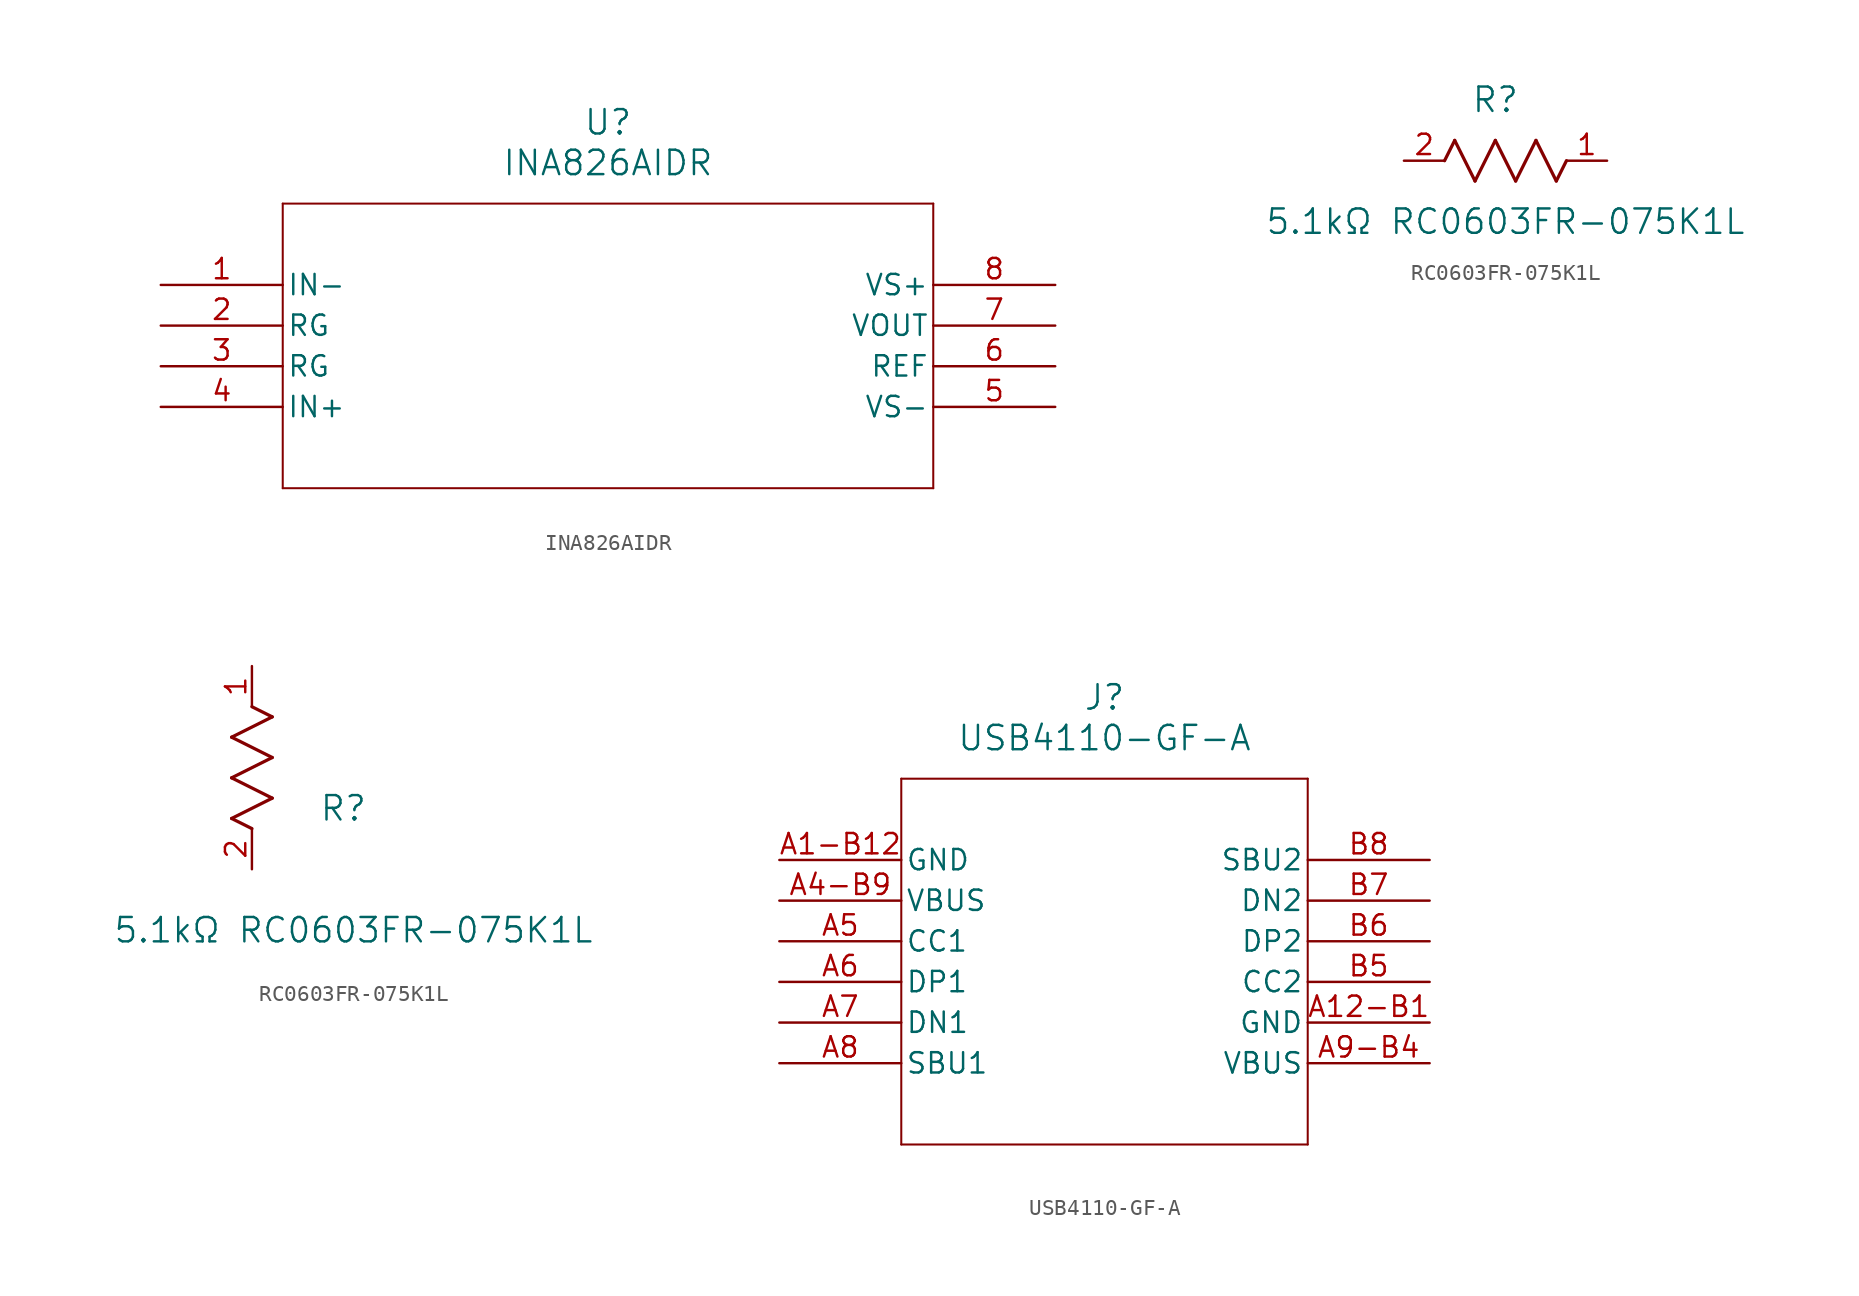
<source format=kicad_sym>
(kicad_symbol_lib
  (version 20231120)
  (generator "kicad_symbol_editor")
  (generator_version "8.0")
  (symbol "INA826AIDR"
    (pin_names
      (offset 0.254))
    (property "Reference" "U"
      (at 27.94 10.16 0)
      (effects (font (size 1.524 1.524))))
    (property "Value" "INA826AIDR"
      (at 27.94 7.62 0)
      (effects (font (size 1.524 1.524))))
    (property "ki_locked" ""
      (at 0 0 0)
      (effects (font (size 1.27 1.27))))
    (symbol "INA826AIDR_1_1"
      (polyline (pts (xy 7.62 -12.7) (xy 48.26 -12.7)) (stroke (width 0.127) (type default)) (fill (type none)))
      (polyline (pts (xy 7.62 5.08) (xy 7.62 -12.7)) (stroke (width 0.127) (type default)) (fill (type none)))
      (polyline (pts (xy 48.26 -12.7) (xy 48.26 5.08)) (stroke (width 0.127) (type default)) (fill (type none)))
      (polyline (pts (xy 48.26 5.08) (xy 7.62 5.08)) (stroke (width 0.127) (type default)) (fill (type none)))
      (pin input line (at 0 0 0) (length 7.62) (name "IN-" (effects (font (size 1.27 1.27)))) (number "1" (effects (font (size 1.27 1.27)))))
      (pin passive line (at 0 -2.54 0) (length 7.62) (name "RG" (effects (font (size 1.27 1.27)))) (number "2" (effects (font (size 1.27 1.27)))))
      (pin passive line (at 0 -5.08 0) (length 7.62) (name "RG" (effects (font (size 1.27 1.27)))) (number "3" (effects (font (size 1.27 1.27)))))
      (pin input line (at 0 -7.62 0) (length 7.62) (name "IN+" (effects (font (size 1.27 1.27)))) (number "4" (effects (font (size 1.27 1.27)))))
      (pin power_in line (at 55.88 -7.62 180) (length 7.62) (name "VS-" (effects (font (size 1.27 1.27)))) (number "5" (effects (font (size 1.27 1.27)))))
      (pin input line (at 55.88 -5.08 180) (length 7.62) (name "REF" (effects (font (size 1.27 1.27)))) (number "6" (effects (font (size 1.27 1.27)))))
      (pin output line (at 55.88 -2.54 180) (length 7.62) (name "VOUT" (effects (font (size 1.27 1.27)))) (number "7" (effects (font (size 1.27 1.27)))))
      (pin power_in line (at 55.88 0 180) (length 7.62) (name "VS+" (effects (font (size 1.27 1.27)))) (number "8" (effects (font (size 1.27 1.27)))))))
  (symbol "RC0603FR-075K1L"
    (pin_names
      (offset 0.254))
    (property "Reference" "R"
      (at 5.715 3.81 0)
      (effects (font (size 1.524 1.524))))
    (property "Value" "5.1kΩ RC0603FR-075K1L"
      (at 6.35 -3.81 0)
      (effects (font (size 1.524 1.524))))
    (property "ki_locked" ""
      (at 0 0 0)
      (effects (font (size 1.27 1.27))))
    (symbol "RC0603FR-075K1L_1_1"
      (polyline (pts (xy 2.54 0) (xy 3.175 1.27)) (stroke (width 0.203) (type default)) (fill (type none)))
      (polyline (pts (xy 3.175 1.27) (xy 4.445 -1.27)) (stroke (width 0.203) (type default)) (fill (type none)))
      (polyline (pts (xy 4.445 -1.27) (xy 5.715 1.27)) (stroke (width 0.203) (type default)) (fill (type none)))
      (polyline (pts (xy 5.715 1.27) (xy 6.985 -1.27)) (stroke (width 0.203) (type default)) (fill (type none)))
      (polyline (pts (xy 6.985 -1.27) (xy 8.255 1.27)) (stroke (width 0.203) (type default)) (fill (type none)))
      (polyline (pts (xy 8.255 1.27) (xy 9.525 -1.27)) (stroke (width 0.203) (type default)) (fill (type none)))
      (polyline (pts (xy 9.525 -1.27) (xy 10.16 0)) (stroke (width 0.203) (type default)) (fill (type none)))
      (pin passive line (at 12.7 0 180) (length 2.54) (name "" (effects (font (size 1.27 1.27)))) (number "1" (effects (font (size 1.27 1.27)))))
      (pin passive line (at 0 0 0) (length 2.54) (name "" (effects (font (size 1.27 1.27)))) (number "2" (effects (font (size 1.27 1.27))))))
    (symbol "RC0603FR-075K1L_1_2"
      (polyline (pts (xy -1.27 3.175) (xy 1.27 4.445)) (stroke (width 0.203) (type default)) (fill (type none)))
      (polyline (pts (xy -1.27 5.715) (xy 1.27 6.985)) (stroke (width 0.203) (type default)) (fill (type none)))
      (polyline (pts (xy -1.27 8.255) (xy 1.27 9.525)) (stroke (width 0.203) (type default)) (fill (type none)))
      (polyline (pts (xy 0 2.54) (xy -1.27 3.175)) (stroke (width 0.203) (type default)) (fill (type none)))
      (polyline (pts (xy 1.27 4.445) (xy -1.27 5.715)) (stroke (width 0.203) (type default)) (fill (type none)))
      (polyline (pts (xy 1.27 6.985) (xy -1.27 8.255)) (stroke (width 0.203) (type default)) (fill (type none)))
      (polyline (pts (xy 1.27 9.525) (xy 0 10.16)) (stroke (width 0.203) (type default)) (fill (type none)))
      (pin unspecified line (at 0 12.7 270) (length 2.54) (name "" (effects (font (size 1.27 1.27)))) (number "1" (effects (font (size 1.27 1.27)))))
      (pin unspecified line (at 0 0 90) (length 2.54) (name "" (effects (font (size 1.27 1.27)))) (number "2" (effects (font (size 1.27 1.27)))))))
  (symbol "USB4110-GF-A"
    (pin_names
      (offset 0.254))
    (property "Reference" "J"
      (at 20.32 10.16 0)
      (effects (font (size 1.524 1.524))))
    (property "Value" "USB4110-GF-A"
      (at 20.32 7.62 0)
      (effects (font (size 1.524 1.524))))
    (property "ki_locked" ""
      (at 0 0 0)
      (effects (font (size 1.27 1.27))))
    (symbol "USB4110-GF-A_0_1"
      (polyline (pts (xy 7.62 -17.78) (xy 33.02 -17.78)) (stroke (width 0.127) (type default)) (fill (type none)))
      (polyline (pts (xy 7.62 5.08) (xy 7.62 -17.78)) (stroke (width 0.127) (type default)) (fill (type none)))
      (polyline (pts (xy 33.02 -17.78) (xy 33.02 5.08)) (stroke (width 0.127) (type default)) (fill (type none)))
      (polyline (pts (xy 33.02 5.08) (xy 7.62 5.08)) (stroke (width 0.127) (type default)) (fill (type none)))
      (pin power_out line (at 0 0 0) (length 7.62) (name "GND" (effects (font (size 1.27 1.27)))) (number "A1-B12" (effects (font (size 1.27 1.27)))))
      (pin power_out line (at 40.64 -10.16 180) (length 7.62) (name "GND" (effects (font (size 1.27 1.27)))) (number "A12-B1" (effects (font (size 1.27 1.27)))))
      (pin bidirectional line (at 0 -5.08 0) (length 7.62) (name "CC1" (effects (font (size 1.27 1.27)))) (number "A5" (effects (font (size 1.27 1.27)))))
      (pin bidirectional line (at 0 -7.62 0) (length 7.62) (name "DP1" (effects (font (size 1.27 1.27)))) (number "A6" (effects (font (size 1.27 1.27)))))
      (pin bidirectional line (at 0 -10.16 0) (length 7.62) (name "DN1" (effects (font (size 1.27 1.27)))) (number "A7" (effects (font (size 1.27 1.27)))))
      (pin bidirectional line (at 0 -12.7 0) (length 7.62) (name "SBU1" (effects (font (size 1.27 1.27)))) (number "A8" (effects (font (size 1.27 1.27)))))
      (pin bidirectional line (at 40.64 -7.62 180) (length 7.62) (name "CC2" (effects (font (size 1.27 1.27)))) (number "B5" (effects (font (size 1.27 1.27)))))
      (pin bidirectional line (at 40.64 -5.08 180) (length 7.62) (name "DP2" (effects (font (size 1.27 1.27)))) (number "B6" (effects (font (size 1.27 1.27)))))
      (pin bidirectional line (at 40.64 -2.54 180) (length 7.62) (name "DN2" (effects (font (size 1.27 1.27)))) (number "B7" (effects (font (size 1.27 1.27)))))
      (pin bidirectional line (at 40.64 0 180) (length 7.62) (name "SBU2" (effects (font (size 1.27 1.27)))) (number "B8" (effects (font (size 1.27 1.27))))))
    (symbol "USB4110-GF-A_1_1"
      (pin power_out line (at 0 -2.54 0) (length 7.62) (name "VBUS" (effects (font (size 1.27 1.27)))) (number "A4-B9" (effects (font (size 1.27 1.27)))))
      (pin power_out line (at 40.64 -12.7 180) (length 7.62) (name "VBUS" (effects (font (size 1.27 1.27)))) (number "A9-B4" (effects (font (size 1.27 1.27))))))))
</source>
